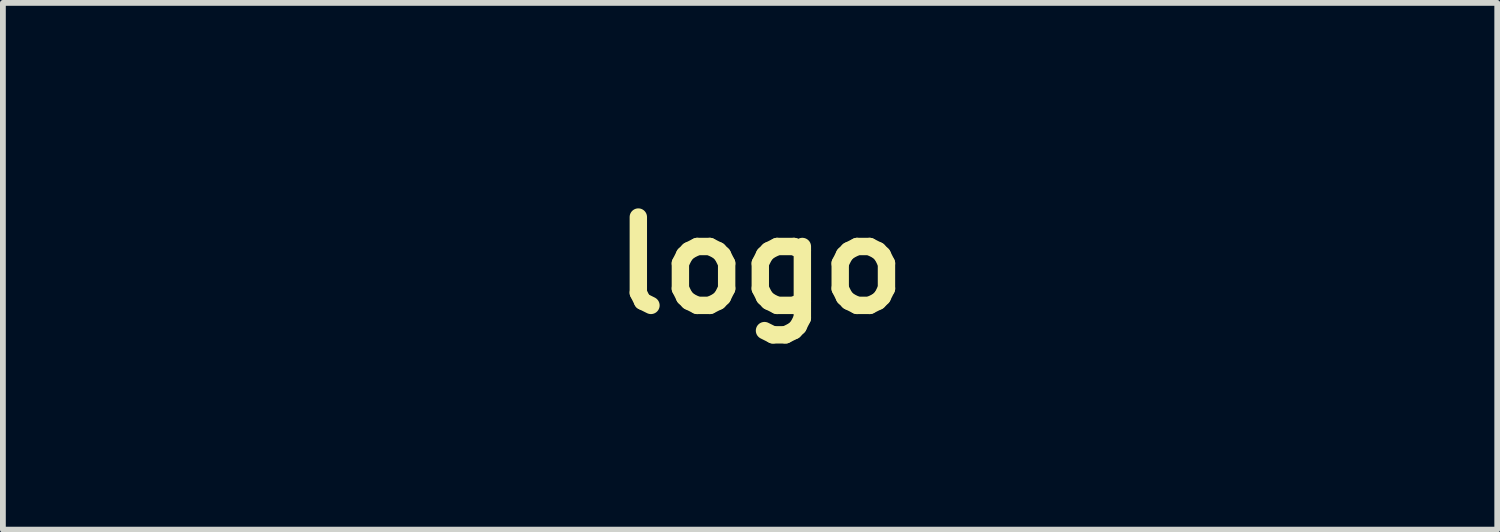
<source format=kicad_pcb>
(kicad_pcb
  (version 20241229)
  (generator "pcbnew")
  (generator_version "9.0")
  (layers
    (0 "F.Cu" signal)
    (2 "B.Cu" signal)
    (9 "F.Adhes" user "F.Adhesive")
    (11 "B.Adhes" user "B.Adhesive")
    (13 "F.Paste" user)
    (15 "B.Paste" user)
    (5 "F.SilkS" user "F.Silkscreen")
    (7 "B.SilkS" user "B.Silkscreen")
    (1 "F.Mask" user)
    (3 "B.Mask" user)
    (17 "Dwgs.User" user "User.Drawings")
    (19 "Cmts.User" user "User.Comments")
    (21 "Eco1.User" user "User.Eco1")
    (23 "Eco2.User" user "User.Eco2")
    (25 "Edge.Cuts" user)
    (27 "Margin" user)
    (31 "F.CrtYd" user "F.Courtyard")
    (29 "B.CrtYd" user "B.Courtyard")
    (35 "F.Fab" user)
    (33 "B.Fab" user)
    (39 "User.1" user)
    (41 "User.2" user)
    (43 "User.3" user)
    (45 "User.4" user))
  (footprint "logo"
    (layer "F.Cu")
    (at 10.069 1.53)
    (property "Reference" "logo" (at 0 0 0) (layer "F.SilkS") (effects (font (size 1.524 1.524) (thickness 0.3))))
    (attr board_only exclude_from_pos_files exclude_from_bom)
    (fp_poly (pts (xy 1.657 -0.219) (xy 1.609 0.992) (xy 1.98 0.961) (xy 2.351 0.93) (xy 2.312 1.123) (xy 2.284 1.292) (xy 2.274 1.405) (xy 2.249 1.442) (xy 2.163 1.468) (xy 1.997 1.484) (xy 1.736 1.492) (xy 1.407 1.494) (xy 0.54 1.494) (xy 0.495 0.129) (xy 0.48 -0.284) (xy 0.463 -0.656) (xy 0.446 -0.966) (xy 0.43 -1.194) (xy 0.416 -1.319) (xy 0.413 -1.333) (xy 0.414 -1.377) (xy 0.472 -1.405) (xy 0.607 -1.421) (xy 0.839 -1.428) (xy 1.04 -1.429) (xy 1.705 -1.429)) (stroke (width 0) (type solid)) (fill yes) (layer "F.Mask"))
    (fp_poly (pts (xy -3.226 -1.459) (xy -2.997 -1.448) (xy -2.829 -1.422) (xy -2.688 -1.376) (xy -2.54 -1.303) (xy -2.494 -1.277) (xy -2.18 -1.053) (xy -1.985 -0.784) (xy -1.898 -0.455) (xy -1.897 -0.188) (xy -1.983 0.195) (xy -2.173 0.509) (xy -2.453 0.741) (xy -2.811 0.876) (xy -2.869 0.886) (xy -3.038 0.929) (xy -3.109 0.999) (xy -3.119 1.064) (xy -3.13 1.269) (xy -3.175 1.396) (xy -3.279 1.464) (xy -3.468 1.49) (xy -3.699 1.494) (xy -4.201 1.494) (xy -4.261 0.09) (xy -3.118 0.09) (xy -3.118 0.448) (xy -2.923 0.38) (xy -2.747 0.264) (xy -2.686 0.146) (xy -2.685 -0.058) (xy -2.791 -0.196) (xy -2.946 -0.248) (xy -3.044 -0.253) (xy -3.096 -0.217) (xy -3.115 -0.11) (xy -3.118 0.09) (xy -4.261 0.09) (xy -4.263 0.049) (xy -4.28 -0.371) (xy -4.293 -0.746) (xy -4.302 -1.057) (xy -4.306 -1.285) (xy -4.304 -1.411) (xy -4.301 -1.429) (xy -4.23 -1.442) (xy -4.057 -1.453) (xy -3.807 -1.46) (xy -3.551 -1.462)) (stroke (width 0) (type solid)) (fill yes) (layer "F.Mask"))
    (fp_poly (pts (xy 6.258 -1.459) (xy 6.487 -1.448) (xy 6.655 -1.422) (xy 6.796 -1.376) (xy 6.945 -1.303) (xy 6.991 -1.277) (xy 7.304 -1.053) (xy 7.499 -0.784) (xy 7.586 -0.455) (xy 7.587 -0.188) (xy 7.501 0.195) (xy 7.312 0.509) (xy 7.032 0.741) (xy 6.674 0.876) (xy 6.615 0.886) (xy 6.446 0.929) (xy 6.375 0.999) (xy 6.365 1.064) (xy 6.355 1.269) (xy 6.31 1.396) (xy 6.205 1.464) (xy 6.016 1.49) (xy 5.785 1.494) (xy 5.284 1.494) (xy 5.223 0.09) (xy 6.366 0.09) (xy 6.366 0.448) (xy 6.562 0.38) (xy 6.738 0.264) (xy 6.798 0.146) (xy 6.799 -0.058) (xy 6.693 -0.196) (xy 6.538 -0.248) (xy 6.44 -0.253) (xy 6.389 -0.217) (xy 6.369 -0.11) (xy 6.366 0.09) (xy 5.223 0.09) (xy 5.221 0.049) (xy 5.204 -0.371) (xy 5.191 -0.746) (xy 5.182 -1.057) (xy 5.179 -1.285) (xy 5.18 -1.411) (xy 5.183 -1.429) (xy 5.254 -1.442) (xy 5.428 -1.453) (xy 5.677 -1.46) (xy 5.933 -1.462)) (stroke (width 0) (type solid)) (fill yes) (layer "F.Mask"))
    (fp_poly (pts (xy -6.342 -1.071) (xy -6.236 -0.853) (xy -6.135 -0.664) (xy -6.081 -0.575) (xy -6.031 -0.515) (xy -5.986 -0.507) (xy -5.93 -0.569) (xy -5.847 -0.717) (xy -5.739 -0.933) (xy -5.493 -1.429) (xy -4.527 -1.429) (xy -4.57 -0.601) (xy -4.587 -0.207) (xy -4.601 0.215) (xy -4.61 0.609) (xy -4.612 0.861) (xy -4.612 1.494) (xy -5.321 1.494) (xy -5.34 1.063) (xy -5.359 0.632) (xy -5.679 1.096) (xy -5.822 1.303) (xy -5.934 1.463) (xy -5.997 1.55) (xy -6.005 1.559) (xy -6.045 1.511) (xy -6.144 1.382) (xy -6.287 1.196) (xy -6.368 1.088) (xy -6.724 0.617) (xy -6.743 1.056) (xy -6.762 1.494) (xy -7.398 1.494) (xy -7.431 1.218) (xy -7.445 1.059) (xy -7.461 0.8) (xy -7.478 0.469) (xy -7.494 0.094) (xy -7.503 -0.149) (xy -7.518 -0.518) (xy -7.535 -0.845) (xy -7.552 -1.106) (xy -7.568 -1.279) (xy -7.578 -1.335) (xy -7.575 -1.381) (xy -7.509 -1.41) (xy -7.359 -1.425) (xy -7.103 -1.429) (xy -7.06 -1.429) (xy -6.506 -1.429)) (stroke (width 0) (type solid)) (fill yes) (layer "F.Mask"))
    (fp_poly (pts (xy 0.21 -0.958) (xy 0.195 -0.641) (xy 0.175 -0.433) (xy 0.138 -0.311) (xy 0.071 -0.254) (xy -0.037 -0.241) (xy -0.192 -0.25) (xy -0.385 -0.259) (xy -0.482 -0.242) (xy -0.516 -0.183) (xy -0.52 -0.104) (xy -0.51 -0.005) (xy -0.46 0.045) (xy -0.336 0.063) (xy -0.187 0.065) (xy 0.146 0.065) (xy 0.106 0.268) (xy 0.077 0.427) (xy 0.065 0.527) (xy 0.065 0.528) (xy 0.007 0.562) (xy -0.14 0.582) (xy -0.227 0.585) (xy -0.407 0.59) (xy -0.492 0.623) (xy -0.518 0.707) (xy -0.52 0.786) (xy -0.52 0.986) (xy 0.195 0.942) (xy 0.154 1.169) (xy 0.119 1.335) (xy 0.088 1.439) (xy 0.085 1.445) (xy 0.013 1.464) (xy -0.163 1.479) (xy -0.418 1.489) (xy -0.728 1.494) (xy -0.774 1.494) (xy -1.606 1.494) (xy -1.654 0.119) (xy -1.67 -0.294) (xy -1.686 -0.666) (xy -1.703 -0.976) (xy -1.718 -1.204) (xy -1.731 -1.328) (xy -1.735 -1.343) (xy -1.725 -1.376) (xy -1.654 -1.401) (xy -1.506 -1.416) (xy -1.266 -1.425) (xy -0.918 -1.429) (xy -0.768 -1.429) (xy 0.232 -1.429)) (stroke (width 0) (type solid)) (fill yes) (layer "F.Mask"))
    (fp_poly (pts (xy 9.695 -0.958) (xy 9.68 -0.641) (xy 9.659 -0.433) (xy 9.622 -0.311) (xy 9.556 -0.254) (xy 9.448 -0.241) (xy 9.292 -0.25) (xy 9.099 -0.259) (xy 9.002 -0.242) (xy 8.968 -0.183) (xy 8.965 -0.104) (xy 8.974 -0.005) (xy 9.024 0.045) (xy 9.148 0.063) (xy 9.298 0.065) (xy 9.631 0.065) (xy 9.59 0.268) (xy 9.561 0.427) (xy 9.549 0.527) (xy 9.549 0.528) (xy 9.491 0.562) (xy 9.344 0.582) (xy 9.257 0.585) (xy 9.077 0.59) (xy 8.992 0.623) (xy 8.966 0.707) (xy 8.965 0.786) (xy 8.965 0.986) (xy 9.679 0.942) (xy 9.638 1.169) (xy 9.604 1.335) (xy 9.573 1.439) (xy 9.569 1.445) (xy 9.498 1.464) (xy 9.321 1.479) (xy 9.066 1.489) (xy 8.757 1.494) (xy 8.71 1.494) (xy 7.878 1.494) (xy 7.831 0.119) (xy 7.815 -0.294) (xy 7.798 -0.666) (xy 7.782 -0.976) (xy 7.766 -1.204) (xy 7.753 -1.328) (xy 7.75 -1.343) (xy 7.76 -1.376) (xy 7.831 -1.401) (xy 7.978 -1.416) (xy 8.218 -1.425) (xy 8.566 -1.429) (xy 8.716 -1.429) (xy 9.716 -1.429)) (stroke (width 0) (type solid)) (fill yes) (layer "F.Mask"))
    (fp_poly (pts (xy 4.247 -1.439) (xy 4.564 -1.241) (xy 4.811 -0.946) (xy 4.88 -0.815) (xy 4.965 -0.523) (xy 5.002 -0.161) (xy 4.992 0.221) (xy 4.936 0.573) (xy 4.867 0.78) (xy 4.66 1.139) (xy 4.413 1.382) (xy 4.111 1.518) (xy 3.755 1.559) (xy 3.412 1.518) (xy 3.184 1.421) (xy 3.008 1.301) (xy 2.875 1.171) (xy 2.75 0.99) (xy 2.648 0.812) (xy 2.574 0.652) (xy 2.53 0.475) (xy 2.509 0.243) (xy 2.508 0.219) (xy 3.42 0.219) (xy 3.432 0.448) (xy 3.493 0.662) (xy 3.596 0.826) (xy 3.734 0.907) (xy 3.768 0.909) (xy 3.892 0.859) (xy 4.004 0.742) (xy 4.093 0.525) (xy 4.118 0.276) (xy 4.08 0.043) (xy 3.982 -0.126) (xy 3.966 -0.14) (xy 3.844 -0.227) (xy 3.768 -0.26) (xy 3.685 -0.223) (xy 3.569 -0.14) (xy 3.464 0.012) (xy 3.42 0.219) (xy 2.508 0.219) (xy 2.503 -0.032) (xy 2.506 -0.327) (xy 2.524 -0.533) (xy 2.564 -0.692) (xy 2.635 -0.843) (xy 2.677 -0.916) (xy 2.869 -1.184) (xy 3.091 -1.361) (xy 3.386 -1.476) (xy 3.491 -1.502) (xy 3.881 -1.53)) (stroke (width 0) (type solid)) (fill yes) (layer "F.Mask"))
    (fp_poly (pts (xy -8.248 -1.056) (xy -8.205 -0.848) (xy -8.142 -0.564) (xy -8.068 -0.23) (xy -7.987 0.128) (xy -7.905 0.486) (xy -7.829 0.816) (xy -7.763 1.094) (xy -7.715 1.292) (xy -7.692 1.38) (xy -7.687 1.437) (xy -7.732 1.471) (xy -7.849 1.488) (xy -8.062 1.494) (xy -8.187 1.494) (xy -8.451 1.491) (xy -8.613 1.478) (xy -8.701 1.447) (xy -8.742 1.393) (xy -8.751 1.363) (xy -8.778 1.283) (xy -8.825 1.267) (xy -8.929 1.316) (xy -9.019 1.369) (xy -9.167 1.44) (xy -9.26 1.456) (xy -9.274 1.445) (xy -9.326 1.345) (xy -9.38 1.266) (xy -9.444 1.194) (xy -9.481 1.226) (xy -9.509 1.321) (xy -9.554 1.434) (xy -9.644 1.484) (xy -9.81 1.494) (xy -9.973 1.481) (xy -10.063 1.449) (xy -10.069 1.437) (xy -10.055 1.356) (xy -10.015 1.173) (xy -9.959 0.926) (xy -9.353 0.926) (xy -9.314 0.966) (xy -9.186 0.949) (xy -9.153 0.942) (xy -8.998 0.903) (xy -8.909 0.872) (xy -8.905 0.87) (xy -8.906 0.797) (xy -8.943 0.654) (xy -9.001 0.488) (xy -9.062 0.349) (xy -9.106 0.285) (xy -9.163 0.315) (xy -9.231 0.444) (xy -9.298 0.643) (xy -9.336 0.803) (xy -9.353 0.926) (xy -9.959 0.926) (xy -9.956 0.911) (xy -9.883 0.595) (xy -9.847 0.446) (xy -9.759 0.067) (xy -9.675 -0.313) (xy -9.603 -0.654) (xy -9.552 -0.917) (xy -9.545 -0.958) (xy -9.464 -1.429) (xy -8.324 -1.429)) (stroke (width 0) (type solid)) (fill yes) (layer "F.Mask")))
  (gr_rect
    (start -3 -3)
    (end 22.785 6.089)
    (stroke (width 0.1) (type default))
    (fill no)
    (layer "Edge.Cuts")))
</source>
